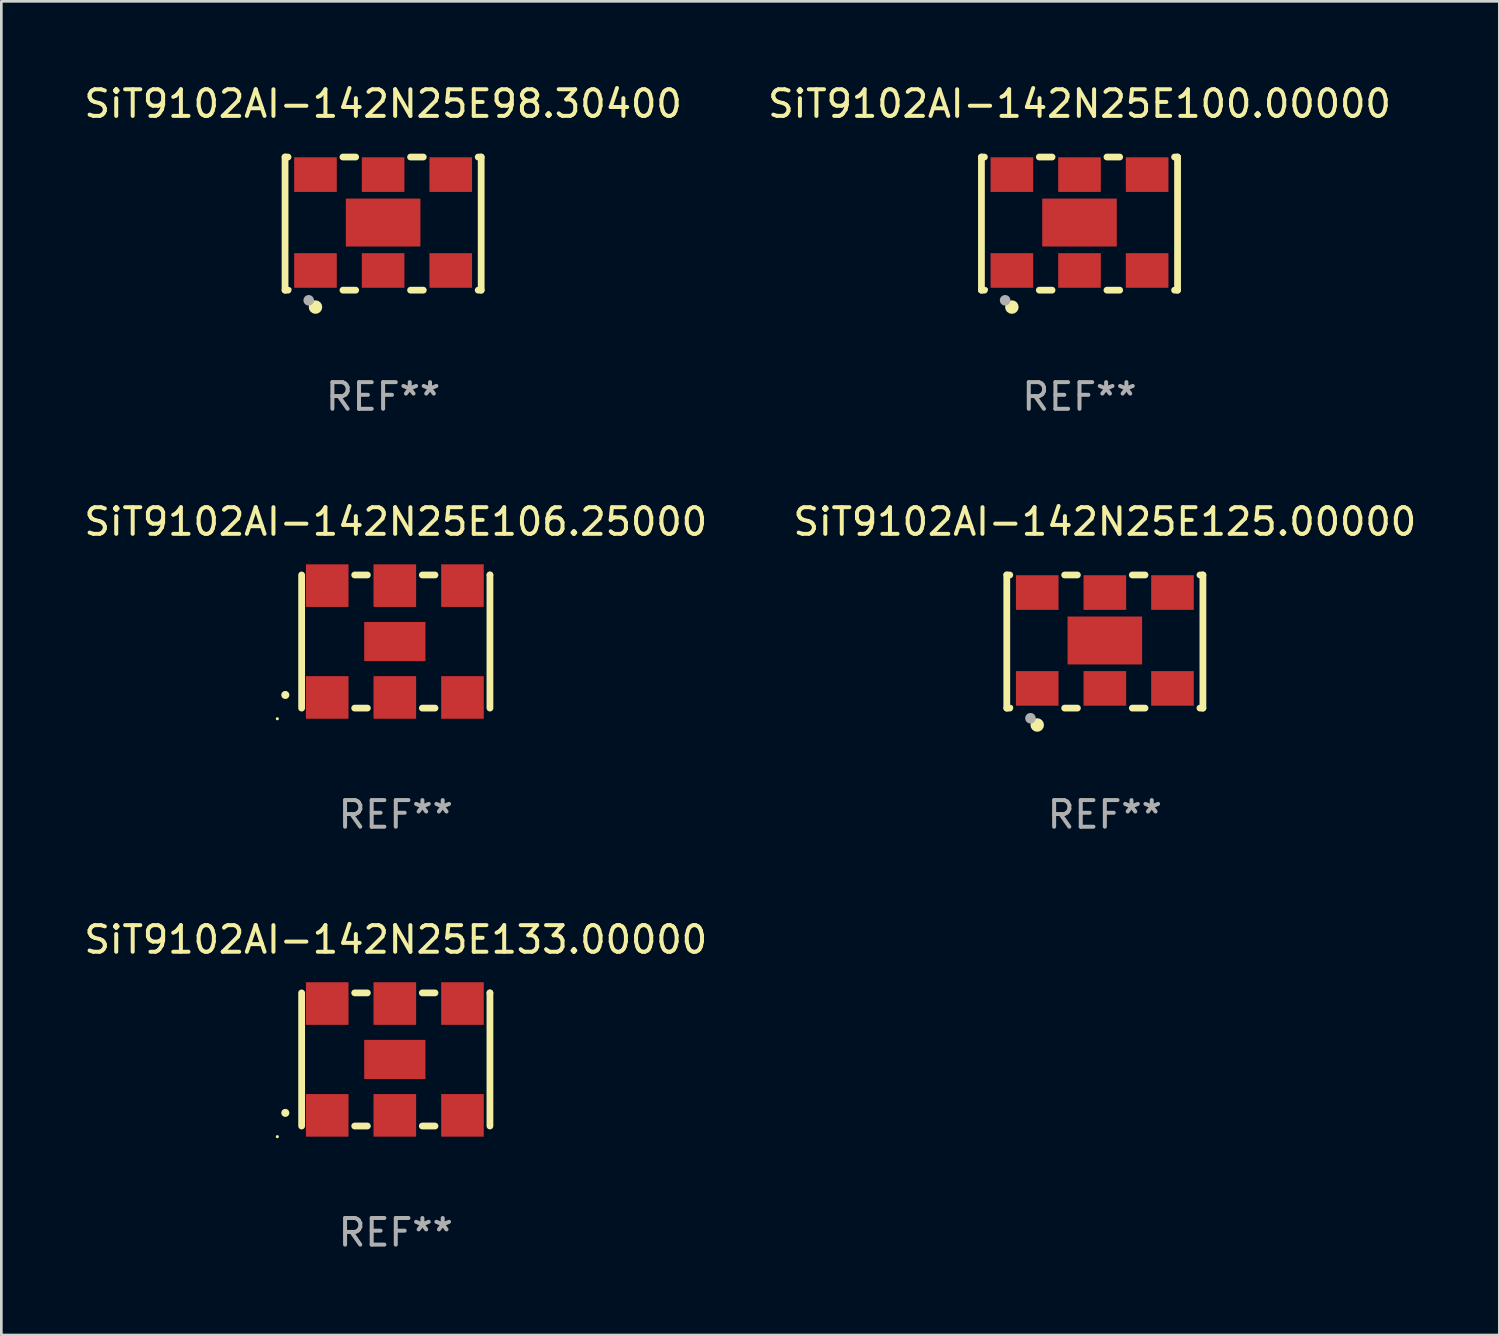
<source format=kicad_pcb>
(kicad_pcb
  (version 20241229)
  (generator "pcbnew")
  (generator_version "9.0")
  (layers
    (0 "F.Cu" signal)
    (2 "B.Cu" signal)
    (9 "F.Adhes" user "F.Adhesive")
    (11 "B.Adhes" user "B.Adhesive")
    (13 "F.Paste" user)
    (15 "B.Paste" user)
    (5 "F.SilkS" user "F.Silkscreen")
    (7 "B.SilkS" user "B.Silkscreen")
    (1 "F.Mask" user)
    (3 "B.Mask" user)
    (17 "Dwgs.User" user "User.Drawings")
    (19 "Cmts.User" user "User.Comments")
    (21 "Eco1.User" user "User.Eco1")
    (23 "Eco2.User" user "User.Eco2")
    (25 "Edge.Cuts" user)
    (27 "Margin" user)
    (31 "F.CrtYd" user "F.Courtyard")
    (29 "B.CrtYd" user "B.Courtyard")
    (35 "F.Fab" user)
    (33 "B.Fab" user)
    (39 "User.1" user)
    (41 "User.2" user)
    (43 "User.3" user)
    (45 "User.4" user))
  (footprint "SiT9102AI-142N25E106.25000"
    (layer "F.Cu")
    (at 11.815 21.045)
    (property "Reference" "SiT9102AI-142N25E106.25000" (at 0 -4.5 0) (layer "F.SilkS") (effects (font (size 1 1) (thickness 0.15))))
    (attr through_hole)
    (fp_line (start -3.536 -2.5) (end -3.536 2.5) (stroke (width 0.254) (type solid)) (layer "F.SilkS"))
    (fp_line (start -1.544 2.5) (end -1.067 2.5) (stroke (width 0.254) (type solid)) (layer "F.SilkS"))
    (fp_line (start -1.067 -2.5) (end -1.544 -2.5) (stroke (width 0.254) (type solid)) (layer "F.SilkS"))
    (fp_line (start 0.996 2.5) (end 1.473 2.5) (stroke (width 0.254) (type solid)) (layer "F.SilkS"))
    (fp_line (start 1.473 -2.5) (end 0.996 -2.5) (stroke (width 0.254) (type solid)) (layer "F.SilkS"))
    (fp_line (start 3.536 -2.5) (end 3.536 -2.5) (stroke (width 0.254) (type solid)) (layer "F.SilkS"))
    (fp_line (start 3.536 2.5) (end 3.536 -2.5) (stroke (width 0.254) (type solid)) (layer "F.SilkS"))
    (fp_arc (start -4.150432 2.006604) (mid -4.149162 2.006599) (end -4.147892 2.006604) (stroke (width 0.3) (type solid)) (layer "F.SilkS"))
    (fp_circle (center -4.449 2.9) (end -4.419 2.9) (stroke (width 0.06) (type solid)) (fill no) (layer "F.SilkS"))
    (fp_text user "REF**" (at 0 6.5 0) (layer "F.Fab") (effects (font (size 1 1) (thickness 0.15))))
    (pad "1" smd rect (at -2.576 2.1) (size 1.6 1.6) (layers "F.Cu" "F.Mask" "F.Paste"))
    (pad "2" smd rect (at -0.036 2.1) (size 1.6 1.6) (layers "F.Cu" "F.Mask" "F.Paste"))
    (pad "3" smd rect (at 2.504 2.1) (size 1.6 1.6) (layers "F.Cu" "F.Mask" "F.Paste"))
    (pad "4" smd rect (at 2.504 -2.1) (size 1.6 1.6) (layers "F.Cu" "F.Mask" "F.Paste"))
    (pad "5" smd rect (at -0.036 -2.1) (size 1.6 1.6) (layers "F.Cu" "F.Mask" "F.Paste"))
    (pad "6" smd rect (at -2.576 -2.1) (size 1.6 1.6) (layers "F.Cu" "F.Mask" "F.Paste"))
    (pad "7" smd rect (at -0.036 0) (size 2.3 1.47) (layers "F.Cu" "F.Mask" "F.Paste")))
  (footprint "SiT9102AI-142N25E125.00000"
    (layer "F.Cu")
    (at 38.446 21.045)
    (property "Reference" "SiT9102AI-142N25E125.00000" (at 0 -4.5 0) (layer "F.SilkS") (effects (font (size 1 1) (thickness 0.15))))
    (attr through_hole)
    (fp_line (start -3.683 -2.5) (end -3.571 -2.5) (stroke (width 0.254) (type solid)) (layer "F.SilkS"))
    (fp_line (start -3.683 2.5) (end -3.683 -2.5) (stroke (width 0.254) (type solid)) (layer "F.SilkS"))
    (fp_line (start -3.683 2.5) (end -3.571 2.5) (stroke (width 0.254) (type solid)) (layer "F.SilkS"))
    (fp_line (start -1.509 -2.5) (end -1.031 -2.5) (stroke (width 0.254) (type solid)) (layer "F.SilkS"))
    (fp_line (start -1.509 2.5) (end -1.031 2.5) (stroke (width 0.254) (type solid)) (layer "F.SilkS"))
    (fp_line (start 1.031 -2.5) (end 1.509 -2.5) (stroke (width 0.254) (type solid)) (layer "F.SilkS"))
    (fp_line (start 1.031 2.5) (end 1.509 2.5) (stroke (width 0.254) (type solid)) (layer "F.SilkS"))
    (fp_line (start 3.571 -2.5) (end 3.683 -2.5) (stroke (width 0.254) (type solid)) (layer "F.SilkS"))
    (fp_line (start 3.571 2.5) (end 3.683 2.5) (stroke (width 0.254) (type solid)) (layer "F.SilkS"))
    (fp_line (start 3.683 2.5) (end 3.683 -2.5) (stroke (width 0.254) (type solid)) (layer "F.SilkS"))
    (fp_circle (center -3.5 2.46) (end -3.47 2.46) (stroke (width 0.06) (type solid)) (fill no) (layer "F.SilkS"))
    (fp_circle (center -2.54 3.135) (end -2.413 3.135) (stroke (width 0.254) (type solid)) (fill no) (layer "F.SilkS"))
    (fp_circle (center -2.794 2.881) (end -2.694 2.881) (stroke (width 0.2) (type solid)) (fill no) (layer "F.Fab"))
    (fp_text user "REF**" (at 0 6.5 0) (layer "F.Fab") (effects (font (size 1 1) (thickness 0.15))))
    (pad "1" smd rect (at -2.54 1.76) (size 1.6 1.3) (layers "F.Cu" "F.Mask" "F.Paste"))
    (pad "2" smd rect (at 0 1.76) (size 1.6 1.3) (layers "F.Cu" "F.Mask" "F.Paste"))
    (pad "3" smd rect (at 2.54 1.76) (size 1.6 1.3) (layers "F.Cu" "F.Mask" "F.Paste"))
    (pad "4" smd rect (at 2.54 -1.84) (size 1.6 1.3) (layers "F.Cu" "F.Mask" "F.Paste"))
    (pad "5" smd rect (at 0 -1.84) (size 1.6 1.3) (layers "F.Cu" "F.Mask" "F.Paste"))
    (pad "6" smd rect (at -2.54 -1.84) (size 1.6 1.3) (layers "F.Cu" "F.Mask" "F.Paste"))
    (pad "7" smd rect (at 0 -0.04) (size 2.8 1.8) (layers "F.Cu" "F.Mask" "F.Paste")))
  (footprint "SiT9102AI-142N25E133.00000"
    (layer "F.Cu")
    (at 11.815 36.741)
    (property "Reference" "SiT9102AI-142N25E133.00000" (at 0 -4.5 0) (layer "F.SilkS") (effects (font (size 1 1) (thickness 0.15))))
    (attr through_hole)
    (fp_line (start -3.536 -2.5) (end -3.536 2.5) (stroke (width 0.254) (type solid)) (layer "F.SilkS"))
    (fp_line (start -1.544 2.5) (end -1.067 2.5) (stroke (width 0.254) (type solid)) (layer "F.SilkS"))
    (fp_line (start -1.067 -2.5) (end -1.544 -2.5) (stroke (width 0.254) (type solid)) (layer "F.SilkS"))
    (fp_line (start 0.996 2.5) (end 1.473 2.5) (stroke (width 0.254) (type solid)) (layer "F.SilkS"))
    (fp_line (start 1.473 -2.5) (end 0.996 -2.5) (stroke (width 0.254) (type solid)) (layer "F.SilkS"))
    (fp_line (start 3.536 -2.5) (end 3.536 -2.5) (stroke (width 0.254) (type solid)) (layer "F.SilkS"))
    (fp_line (start 3.536 2.5) (end 3.536 -2.5) (stroke (width 0.254) (type solid)) (layer "F.SilkS"))
    (fp_arc (start -4.150432 2.006604) (mid -4.149162 2.006599) (end -4.147892 2.006604) (stroke (width 0.3) (type solid)) (layer "F.SilkS"))
    (fp_circle (center -4.449 2.9) (end -4.419 2.9) (stroke (width 0.06) (type solid)) (fill no) (layer "F.SilkS"))
    (fp_text user "REF**" (at 0 6.5 0) (layer "F.Fab") (effects (font (size 1 1) (thickness 0.15))))
    (pad "1" smd rect (at -2.576 2.1) (size 1.6 1.6) (layers "F.Cu" "F.Mask" "F.Paste"))
    (pad "2" smd rect (at -0.036 2.1) (size 1.6 1.6) (layers "F.Cu" "F.Mask" "F.Paste"))
    (pad "3" smd rect (at 2.504 2.1) (size 1.6 1.6) (layers "F.Cu" "F.Mask" "F.Paste"))
    (pad "4" smd rect (at 2.504 -2.1) (size 1.6 1.6) (layers "F.Cu" "F.Mask" "F.Paste"))
    (pad "5" smd rect (at -0.036 -2.1) (size 1.6 1.6) (layers "F.Cu" "F.Mask" "F.Paste"))
    (pad "6" smd rect (at -2.576 -2.1) (size 1.6 1.6) (layers "F.Cu" "F.Mask" "F.Paste"))
    (pad "7" smd rect (at -0.036 0) (size 2.3 1.47) (layers "F.Cu" "F.Mask" "F.Paste")))
  (footprint "SiT9102AI-142N25E98.30400"
    (layer "F.Cu")
    (at 11.339 5.348)
    (property "Reference" "SiT9102AI-142N25E98.30400" (at 0 -4.5 0) (layer "F.SilkS") (effects (font (size 1 1) (thickness 0.15))))
    (attr through_hole)
    (fp_line (start -3.683 -2.5) (end -3.571 -2.5) (stroke (width 0.254) (type solid)) (layer "F.SilkS"))
    (fp_line (start -3.683 2.5) (end -3.683 -2.5) (stroke (width 0.254) (type solid)) (layer "F.SilkS"))
    (fp_line (start -3.683 2.5) (end -3.571 2.5) (stroke (width 0.254) (type solid)) (layer "F.SilkS"))
    (fp_line (start -1.509 -2.5) (end -1.031 -2.5) (stroke (width 0.254) (type solid)) (layer "F.SilkS"))
    (fp_line (start -1.509 2.5) (end -1.031 2.5) (stroke (width 0.254) (type solid)) (layer "F.SilkS"))
    (fp_line (start 1.031 -2.5) (end 1.509 -2.5) (stroke (width 0.254) (type solid)) (layer "F.SilkS"))
    (fp_line (start 1.031 2.5) (end 1.509 2.5) (stroke (width 0.254) (type solid)) (layer "F.SilkS"))
    (fp_line (start 3.571 -2.5) (end 3.683 -2.5) (stroke (width 0.254) (type solid)) (layer "F.SilkS"))
    (fp_line (start 3.571 2.5) (end 3.683 2.5) (stroke (width 0.254) (type solid)) (layer "F.SilkS"))
    (fp_line (start 3.683 2.5) (end 3.683 -2.5) (stroke (width 0.254) (type solid)) (layer "F.SilkS"))
    (fp_circle (center -3.5 2.46) (end -3.47 2.46) (stroke (width 0.06) (type solid)) (fill no) (layer "F.SilkS"))
    (fp_circle (center -2.54 3.135) (end -2.413 3.135) (stroke (width 0.254) (type solid)) (fill no) (layer "F.SilkS"))
    (fp_circle (center -2.794 2.881) (end -2.694 2.881) (stroke (width 0.2) (type solid)) (fill no) (layer "F.Fab"))
    (fp_text user "REF**" (at 0 6.5 0) (layer "F.Fab") (effects (font (size 1 1) (thickness 0.15))))
    (pad "1" smd rect (at -2.54 1.76) (size 1.6 1.3) (layers "F.Cu" "F.Mask" "F.Paste"))
    (pad "2" smd rect (at 0 1.76) (size 1.6 1.3) (layers "F.Cu" "F.Mask" "F.Paste"))
    (pad "3" smd rect (at 2.54 1.76) (size 1.6 1.3) (layers "F.Cu" "F.Mask" "F.Paste"))
    (pad "4" smd rect (at 2.54 -1.84) (size 1.6 1.3) (layers "F.Cu" "F.Mask" "F.Paste"))
    (pad "5" smd rect (at 0 -1.84) (size 1.6 1.3) (layers "F.Cu" "F.Mask" "F.Paste"))
    (pad "6" smd rect (at -2.54 -1.84) (size 1.6 1.3) (layers "F.Cu" "F.Mask" "F.Paste"))
    (pad "7" smd rect (at 0 -0.04) (size 2.8 1.8) (layers "F.Cu" "F.Mask" "F.Paste")))
  (footprint "SiT9102AI-142N25E100.00000"
    (layer "F.Cu")
    (at 37.494 5.348)
    (property "Reference" "SiT9102AI-142N25E100.00000" (at 0 -4.5 0) (layer "F.SilkS") (effects (font (size 1 1) (thickness 0.15))))
    (attr through_hole)
    (fp_line (start -3.683 -2.5) (end -3.571 -2.5) (stroke (width 0.254) (type solid)) (layer "F.SilkS"))
    (fp_line (start -3.683 2.5) (end -3.683 -2.5) (stroke (width 0.254) (type solid)) (layer "F.SilkS"))
    (fp_line (start -3.683 2.5) (end -3.571 2.5) (stroke (width 0.254) (type solid)) (layer "F.SilkS"))
    (fp_line (start -1.509 -2.5) (end -1.031 -2.5) (stroke (width 0.254) (type solid)) (layer "F.SilkS"))
    (fp_line (start -1.509 2.5) (end -1.031 2.5) (stroke (width 0.254) (type solid)) (layer "F.SilkS"))
    (fp_line (start 1.031 -2.5) (end 1.509 -2.5) (stroke (width 0.254) (type solid)) (layer "F.SilkS"))
    (fp_line (start 1.031 2.5) (end 1.509 2.5) (stroke (width 0.254) (type solid)) (layer "F.SilkS"))
    (fp_line (start 3.571 -2.5) (end 3.683 -2.5) (stroke (width 0.254) (type solid)) (layer "F.SilkS"))
    (fp_line (start 3.571 2.5) (end 3.683 2.5) (stroke (width 0.254) (type solid)) (layer "F.SilkS"))
    (fp_line (start 3.683 2.5) (end 3.683 -2.5) (stroke (width 0.254) (type solid)) (layer "F.SilkS"))
    (fp_circle (center -3.5 2.46) (end -3.47 2.46) (stroke (width 0.06) (type solid)) (fill no) (layer "F.SilkS"))
    (fp_circle (center -2.54 3.135) (end -2.413 3.135) (stroke (width 0.254) (type solid)) (fill no) (layer "F.SilkS"))
    (fp_circle (center -2.794 2.881) (end -2.694 2.881) (stroke (width 0.2) (type solid)) (fill no) (layer "F.Fab"))
    (fp_text user "REF**" (at 0 6.5 0) (layer "F.Fab") (effects (font (size 1 1) (thickness 0.15))))
    (pad "1" smd rect (at -2.54 1.76) (size 1.6 1.3) (layers "F.Cu" "F.Mask" "F.Paste"))
    (pad "2" smd rect (at 0 1.76) (size 1.6 1.3) (layers "F.Cu" "F.Mask" "F.Paste"))
    (pad "3" smd rect (at 2.54 1.76) (size 1.6 1.3) (layers "F.Cu" "F.Mask" "F.Paste"))
    (pad "4" smd rect (at 2.54 -1.84) (size 1.6 1.3) (layers "F.Cu" "F.Mask" "F.Paste"))
    (pad "5" smd rect (at 0 -1.84) (size 1.6 1.3) (layers "F.Cu" "F.Mask" "F.Paste"))
    (pad "6" smd rect (at -2.54 -1.84) (size 1.6 1.3) (layers "F.Cu" "F.Mask" "F.Paste"))
    (pad "7" smd rect (at 0 -0.04) (size 2.8 1.8) (layers "F.Cu" "F.Mask" "F.Paste")))
  (gr_rect
    (start -3 -3)
    (end 53.262 47.09)
    (stroke (width 0.1) (type default))
    (fill no)
    (layer "Edge.Cuts")))
</source>
